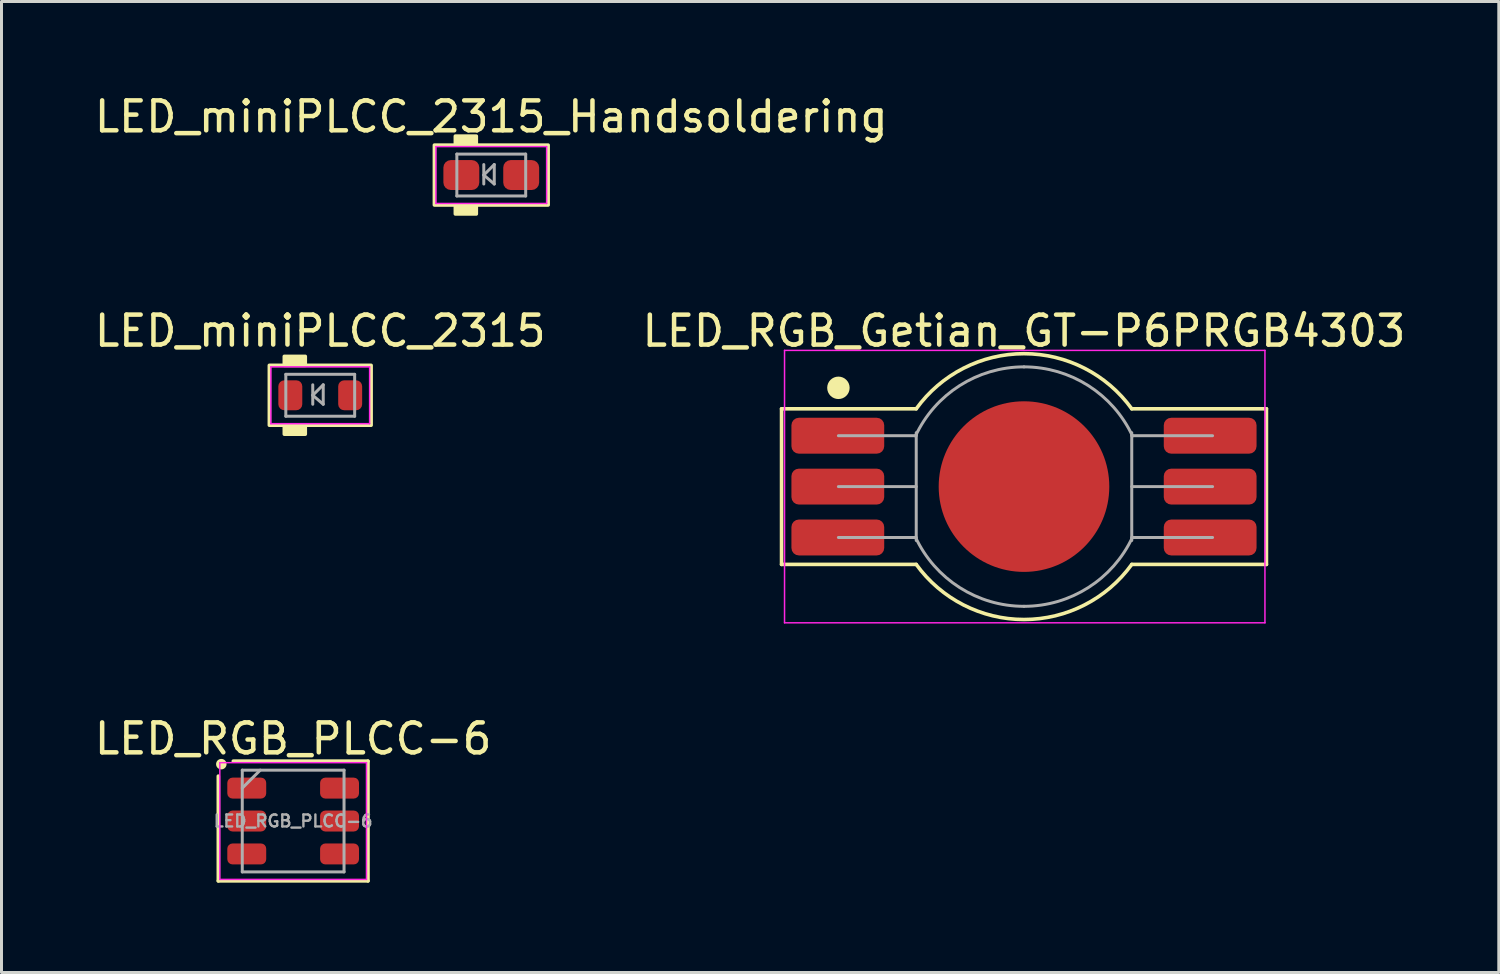
<source format=kicad_pcb>
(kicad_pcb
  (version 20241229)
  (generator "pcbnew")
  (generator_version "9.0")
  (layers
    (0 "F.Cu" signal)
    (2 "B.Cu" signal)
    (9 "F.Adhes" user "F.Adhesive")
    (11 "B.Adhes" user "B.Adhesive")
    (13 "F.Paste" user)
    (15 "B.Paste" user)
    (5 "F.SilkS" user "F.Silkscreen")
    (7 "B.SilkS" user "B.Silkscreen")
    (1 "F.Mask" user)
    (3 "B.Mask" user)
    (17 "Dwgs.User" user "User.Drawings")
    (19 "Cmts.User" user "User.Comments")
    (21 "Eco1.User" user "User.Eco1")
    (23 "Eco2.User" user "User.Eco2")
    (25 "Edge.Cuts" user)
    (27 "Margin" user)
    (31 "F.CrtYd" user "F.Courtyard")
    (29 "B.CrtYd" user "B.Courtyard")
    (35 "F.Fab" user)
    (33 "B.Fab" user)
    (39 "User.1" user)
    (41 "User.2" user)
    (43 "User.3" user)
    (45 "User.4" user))
  (footprint "LED_RGB_Getian_GT-P6PRGB4303"
    (layer "F.Cu")
    (at 31.161 13.207)
    (property "Reference" "LED_RGB_Getian_GT-P6PRGB4303" (at 0 -5.2 0) (layer "F.SilkS") (effects (font (size 1 1) (thickness 0.15))))
    (attr smd)
    (fp_line (start -8.1 -2.6) (end -8.1 2.6) (stroke (width 0.12) (type solid)) (layer "F.SilkS"))
    (fp_line (start -8.1 -2.6) (end -3.6 -2.6) (stroke (width 0.12) (type solid)) (layer "F.SilkS"))
    (fp_line (start -8.1 2.6) (end -3.6 2.6) (stroke (width 0.12) (type solid)) (layer "F.SilkS"))
    (fp_line (start 8.1 -2.6) (end 3.6 -2.6) (stroke (width 0.12) (type solid)) (layer "F.SilkS"))
    (fp_line (start 8.1 2.6) (end 3.6 2.6) (stroke (width 0.12) (type solid)) (layer "F.SilkS"))
    (fp_line (start 8.1 2.6) (end 8.1 -2.6) (stroke (width 0.12) (type solid)) (layer "F.SilkS"))
    (fp_arc (start -3.599999 -2.6) (mid 0 -4.44072) (end 3.599999 -2.6) (stroke (width 0.12) (type solid)) (layer "F.SilkS"))
    (fp_arc (start 3.599999 2.6) (mid 0 4.44072) (end -3.599999 2.6) (stroke (width 0.12) (type solid)) (layer "F.SilkS"))
    (fp_circle (center -6.2 -3.3) (end -5.9 -3.3) (stroke (width 0.15) (type solid)) (fill yes) (layer "F.SilkS"))
    (fp_line (start -8 -4.55) (end -8 4.55) (stroke (width 0.05) (type solid)) (layer "F.CrtYd"))
    (fp_line (start -8 -4.55) (end 8.05 -4.55) (stroke (width 0.05) (type solid)) (layer "F.CrtYd"))
    (fp_line (start -8 4.55) (end 8.05 4.55) (stroke (width 0.05) (type solid)) (layer "F.CrtYd"))
    (fp_line (start 8.05 -4.55) (end 8.05 4.55) (stroke (width 0.05) (type solid)) (layer "F.CrtYd"))
    (fp_line (start -6.2 0) (end -3.6 0) (stroke (width 0.1) (type solid)) (layer "F.Fab"))
    (fp_line (start -3.6 -1.7) (end -6.2 -1.7) (stroke (width 0.1) (type solid)) (layer "F.Fab"))
    (fp_line (start -3.6 1.7) (end -6.2 1.7) (stroke (width 0.1) (type solid)) (layer "F.Fab"))
    (fp_line (start -3.6 1.8) (end -3.6 -1.8) (stroke (width 0.1) (type solid)) (layer "F.Fab"))
    (fp_line (start 3.6 -1.8) (end 3.6 1.8) (stroke (width 0.1) (type solid)) (layer "F.Fab"))
    (fp_line (start 3.6 -1.7) (end 6.3 -1.7) (stroke (width 0.1) (type solid)) (layer "F.Fab"))
    (fp_line (start 3.6 1.7) (end 6.3 1.7) (stroke (width 0.1) (type solid)) (layer "F.Fab"))
    (fp_line (start 6.3 0) (end 3.6 0) (stroke (width 0.1) (type solid)) (layer "F.Fab"))
    (fp_arc (start -3.625231 -1.690473) (mid -2.149198 -3.373566) (end 0 -4) (stroke (width 0.1) (type solid)) (layer "F.Fab"))
    (fp_arc (start 0 -4) (mid 2.149198 -3.373566) (end 3.625231 -1.690473) (stroke (width 0.1) (type solid)) (layer "F.Fab"))
    (fp_arc (start 0 4) (mid -2.149198 3.373566) (end -3.625231 1.690473) (stroke (width 0.1) (type solid)) (layer "F.Fab"))
    (fp_arc (start 3.625231 1.690473) (mid 2.149198 3.373566) (end 0 4) (stroke (width 0.1) (type solid)) (layer "F.Fab"))
    (pad "" smd circle (at -2 0) (size 1.6 1.6) (layers "F.Paste"))
    (pad "" smd circle (at -1 -1.6) (size 1.6 1.6) (layers "F.Paste"))
    (pad "" smd circle (at -1 1.6) (size 1.6 1.6) (layers "F.Paste"))
    (pad "" smd circle (at 0 0) (size 1.6 1.6) (layers "F.Paste"))
    (pad "" smd circle (at 1 -1.6) (size 1.6 1.6) (layers "F.Paste"))
    (pad "" smd circle (at 1 1.6) (size 1.6 1.6) (layers "F.Paste"))
    (pad "" smd circle (at 2 0) (size 1.6 1.6) (layers "F.Paste"))
    (pad "1" smd roundrect (at -6.22 -1.7) (size 3.1 1.2) (layers "F.Cu" "F.Mask" "F.Paste") (roundrect_rratio 0.208))
    (pad "2" smd roundrect (at -6.22 0) (size 3.1 1.2) (layers "F.Cu" "F.Mask" "F.Paste") (roundrect_rratio 0.208))
    (pad "3" smd roundrect (at -6.22 1.7) (size 3.1 1.2) (layers "F.Cu" "F.Mask" "F.Paste") (roundrect_rratio 0.208))
    (pad "4" smd roundrect (at 6.22 1.7 180) (size 3.1 1.2) (layers "F.Cu" "F.Mask" "F.Paste") (roundrect_rratio 0.208))
    (pad "5" smd roundrect (at 6.22 0 180) (size 3.1 1.2) (layers "F.Cu" "F.Mask" "F.Paste") (roundrect_rratio 0.208))
    (pad "6" smd roundrect (at 6.22 -1.7 180) (size 3.1 1.2) (layers "F.Cu" "F.Mask" "F.Paste") (roundrect_rratio 0.208))
    (pad "PAD" smd circle (at 0 0) (size 5.7 5.7) (layers "F.Cu" "F.Mask")))
  (footprint "LED_RGB_PLCC-6"
    (layer "F.Cu")
    (at 6.744 24.38)
    (property "Reference" "LED_RGB_PLCC-6" (at 0 -2.75 180) (layer "F.SilkS") (effects (font (size 1 1) (thickness 0.15))))
    (attr smd)
    (fp_line (start -2.5 -1.5) (end -2.5 2) (stroke (width 0.12) (type solid)) (layer "F.SilkS"))
    (fp_line (start -2.5 2) (end 2.5 2) (stroke (width 0.12) (type solid)) (layer "F.SilkS"))
    (fp_line (start 2.5 -2) (end -2 -2) (stroke (width 0.12) (type solid)) (layer "F.SilkS"))
    (fp_line (start 2.5 2) (end 2.5 -2) (stroke (width 0.12) (type solid)) (layer "F.SilkS"))
    (fp_circle (center -2.4 -1.9) (end -2.3 -1.9) (stroke (width 0.15) (type solid)) (fill yes) (layer "F.SilkS"))
    (fp_line (start -2.45 -1.95) (end -2.45 1.95) (stroke (width 0.05) (type solid)) (layer "F.CrtYd"))
    (fp_line (start -2.45 -1.95) (end 2.45 -1.95) (stroke (width 0.05) (type solid)) (layer "F.CrtYd"))
    (fp_line (start -2.45 1.95) (end 2.45 1.95) (stroke (width 0.05) (type solid)) (layer "F.CrtYd"))
    (fp_line (start 2.45 -1.95) (end 2.45 1.95) (stroke (width 0.05) (type solid)) (layer "F.CrtYd"))
    (fp_line (start -1.7 -1.7) (end -1.7 1.7) (stroke (width 0.1) (type solid)) (layer "F.Fab"))
    (fp_line (start -1.7 -1.1) (end -1.1 -1.7) (stroke (width 0.1) (type solid)) (layer "F.Fab"))
    (fp_line (start -1.7 1.7) (end 1.7 1.7) (stroke (width 0.1) (type solid)) (layer "F.Fab"))
    (fp_line (start 1.7 -1.7) (end -1.7 -1.7) (stroke (width 0.1) (type solid)) (layer "F.Fab"))
    (fp_line (start 1.7 1.7) (end 1.7 -1.7) (stroke (width 0.1) (type solid)) (layer "F.Fab"))
    (fp_text user "${REFERENCE}" (at 0 0 0) (layer "F.Fab") (effects (font (size 0.4 0.4) (thickness 0.08) (bold yes))))
    (pad "1" smd roundrect (at -1.55 -1.1 90) (size 0.7 1.3) (layers "F.Cu" "F.Mask" "F.Paste") (roundrect_rratio 0.25))
    (pad "2" smd roundrect (at -1.55 0 90) (size 0.7 1.3) (layers "F.Cu" "F.Mask" "F.Paste") (roundrect_rratio 0.25))
    (pad "3" smd roundrect (at -1.55 1.1 90) (size 0.7 1.3) (layers "F.Cu" "F.Mask" "F.Paste") (roundrect_rratio 0.25))
    (pad "4" smd roundrect (at 1.55 1.1 90) (size 0.7 1.3) (layers "F.Cu" "F.Mask" "F.Paste") (roundrect_rratio 0.25))
    (pad "5" smd roundrect (at 1.55 0 90) (size 0.7 1.3) (layers "F.Cu" "F.Mask" "F.Paste") (roundrect_rratio 0.25))
    (pad "6" smd roundrect (at 1.55 -1.1 90) (size 0.7 1.3) (layers "F.Cu" "F.Mask" "F.Paste") (roundrect_rratio 0.25)))
  (footprint "LED_miniPLCC_2315_Handsoldering"
    (layer "F.Cu")
    (at 13.363 2.798)
    (property "Reference" "LED_miniPLCC_2315_Handsoldering" (at 0 -1.95 0) (layer "F.SilkS") (effects (font (size 1 1) (thickness 0.15))))
    (attr smd)
    (fp_rect (start -1.9 -1) (end 1.9 1) (stroke (width 0.12) (type solid)) (fill no) (layer "F.SilkS"))
    (fp_rect (start -1.2 -1.3) (end -0.5 -1) (stroke (width 0.12) (type solid)) (fill yes) (layer "F.SilkS"))
    (fp_rect (start -1.2 1) (end -0.5 1.3) (stroke (width 0.12) (type solid)) (fill yes) (layer "F.SilkS"))
    (fp_line (start -1.85 -0.95) (end 1.85 -0.95) (stroke (width 0.05) (type solid)) (layer "F.CrtYd"))
    (fp_line (start -1.85 0.95) (end -1.85 -0.95) (stroke (width 0.05) (type solid)) (layer "F.CrtYd"))
    (fp_line (start 1.85 -0.95) (end 1.85 0.95) (stroke (width 0.05) (type solid)) (layer "F.CrtYd"))
    (fp_line (start 1.85 0.95) (end -1.85 0.95) (stroke (width 0.05) (type solid)) (layer "F.CrtYd"))
    (fp_line (start -1.15 -0.7) (end 1.15 -0.7) (stroke (width 0.1) (type solid)) (layer "F.Fab"))
    (fp_line (start -1.15 0.7) (end -1.15 -0.7) (stroke (width 0.1) (type solid)) (layer "F.Fab"))
    (fp_line (start -0.25 -0.35) (end -0.25 0.3) (stroke (width 0.1) (type solid)) (layer "F.Fab"))
    (fp_line (start -0.25 0) (end 0.1 0.3) (stroke (width 0.1) (type solid)) (layer "F.Fab"))
    (fp_line (start 0.1 -0.35) (end -0.25 0) (stroke (width 0.1) (type solid)) (layer "F.Fab"))
    (fp_line (start 0.1 0.3) (end 0.1 -0.35) (stroke (width 0.1) (type solid)) (layer "F.Fab"))
    (fp_line (start 1.15 -0.7) (end 1.15 0.7) (stroke (width 0.1) (type solid)) (layer "F.Fab"))
    (fp_line (start 1.15 0.7) (end -1.15 0.7) (stroke (width 0.1) (type solid)) (layer "F.Fab"))
    (pad "1" smd roundrect (at -1 0 180) (size 1.2 1) (layers "F.Cu" "F.Mask" "F.Paste") (roundrect_rratio 0.25))
    (pad "2" smd roundrect (at 1 0 180) (size 1.2 1) (layers "F.Cu" "F.Mask" "F.Paste") (roundrect_rratio 0.25)))
  (footprint "LED_miniPLCC_2315"
    (layer "F.Cu")
    (at 7.649 10.156)
    (property "Reference" "LED_miniPLCC_2315" (at 0 -2.15 0) (layer "F.SilkS") (effects (font (size 1 1) (thickness 0.15))))
    (attr smd)
    (fp_rect (start -1.7 -1) (end 1.7 1) (stroke (width 0.12) (type default)) (fill no) (layer "F.SilkS"))
    (fp_rect (start -1.2 -1.3) (end -0.5 -1) (stroke (width 0.12) (type solid)) (fill yes) (layer "F.SilkS"))
    (fp_rect (start -1.2 1) (end -0.5 1.3) (stroke (width 0.12) (type solid)) (fill yes) (layer "F.SilkS"))
    (fp_line (start -1.65 -0.95) (end 1.65 -0.95) (stroke (width 0.05) (type solid)) (layer "F.CrtYd"))
    (fp_line (start -1.65 0.95) (end -1.65 -0.95) (stroke (width 0.05) (type solid)) (layer "F.CrtYd"))
    (fp_line (start 1.65 -0.95) (end 1.65 0.95) (stroke (width 0.05) (type solid)) (layer "F.CrtYd"))
    (fp_line (start 1.65 0.95) (end -1.65 0.95) (stroke (width 0.05) (type solid)) (layer "F.CrtYd"))
    (fp_line (start -1.15 -0.7) (end 1.15 -0.7) (stroke (width 0.1) (type solid)) (layer "F.Fab"))
    (fp_line (start -1.15 0.7) (end -1.15 -0.7) (stroke (width 0.1) (type solid)) (layer "F.Fab"))
    (fp_line (start -0.25 -0.35) (end -0.25 0.3) (stroke (width 0.1) (type solid)) (layer "F.Fab"))
    (fp_line (start -0.25 0) (end 0.1 0.3) (stroke (width 0.1) (type solid)) (layer "F.Fab"))
    (fp_line (start 0.1 -0.35) (end -0.25 0) (stroke (width 0.1) (type solid)) (layer "F.Fab"))
    (fp_line (start 0.1 0.3) (end 0.1 -0.35) (stroke (width 0.1) (type solid)) (layer "F.Fab"))
    (fp_line (start 1.15 -0.7) (end 1.15 0.7) (stroke (width 0.1) (type solid)) (layer "F.Fab"))
    (fp_line (start 1.15 0.7) (end -1.15 0.7) (stroke (width 0.1) (type solid)) (layer "F.Fab"))
    (pad "1" smd roundrect (at -1 0 180) (size 0.8 1) (layers "F.Cu" "F.Mask" "F.Paste") (roundrect_rratio 0.25))
    (pad "2" smd roundrect (at 1 0 180) (size 0.8 1) (layers "F.Cu" "F.Mask" "F.Paste") (roundrect_rratio 0.25)))
  (gr_rect
    (start -3 -3)
    (end 47.024 29.44)
    (stroke (width 0.1) (type default))
    (fill no)
    (layer "Edge.Cuts")))
</source>
